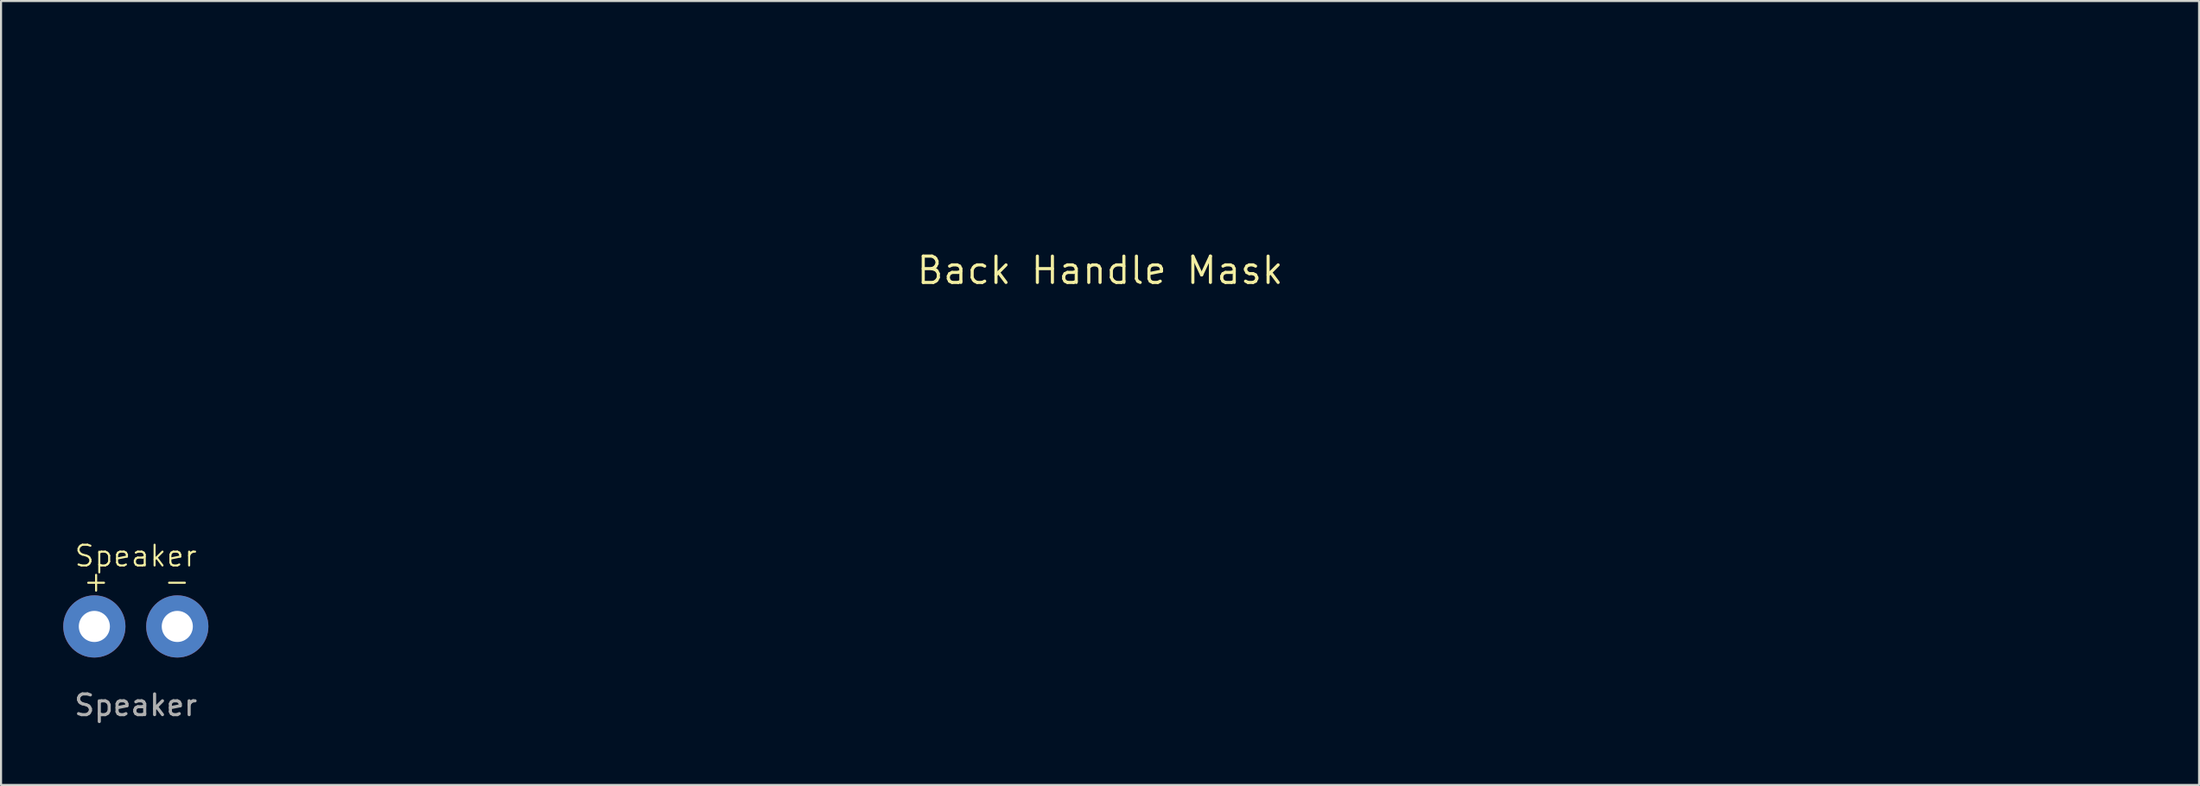
<source format=kicad_pcb>
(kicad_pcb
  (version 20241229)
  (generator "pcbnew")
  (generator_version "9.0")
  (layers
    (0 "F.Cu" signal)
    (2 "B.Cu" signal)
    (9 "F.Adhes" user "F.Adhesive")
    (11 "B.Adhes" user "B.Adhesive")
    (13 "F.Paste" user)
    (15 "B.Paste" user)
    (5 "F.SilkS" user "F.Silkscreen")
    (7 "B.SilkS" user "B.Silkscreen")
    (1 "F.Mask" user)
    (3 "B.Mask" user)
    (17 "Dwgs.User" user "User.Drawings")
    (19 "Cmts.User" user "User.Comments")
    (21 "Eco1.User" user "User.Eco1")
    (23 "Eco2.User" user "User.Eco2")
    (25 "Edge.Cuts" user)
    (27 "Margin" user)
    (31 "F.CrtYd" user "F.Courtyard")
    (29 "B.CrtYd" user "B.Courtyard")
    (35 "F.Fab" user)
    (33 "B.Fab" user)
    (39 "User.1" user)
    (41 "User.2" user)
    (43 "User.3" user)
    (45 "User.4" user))
  (footprint "Speaker"
    (layer "F.Cu")
    (at 3.5 27.173)
    (property "Reference" "Speaker" (at 0 -3.4 0) (unlocked yes) (layer "F.SilkS") (effects (font (size 1 1) (thickness 0.1))))
    (attr through_hole)
    (fp_text user "-" (at 1.3 -1.6 0) (unlocked yes) (layer "F.SilkS") (effects (font (size 1 1) (thickness 0.1)) (justify left bottom)))
    (fp_text user "+" (at -2.6 -1.6 0) (unlocked yes) (layer "F.SilkS") (effects (font (size 1 1) (thickness 0.1)) (justify left bottom)))
    (fp_text user "${REFERENCE}" (at 0 3.8 0) (unlocked yes) (layer "F.Fab") (effects (font (size 1 1) (thickness 0.15))))
    (pad "1" thru_hole circle (at -2 0) (size 3 3) (drill 1.5) (layers "*.Cu" "*.Mask"))
    (pad "2" thru_hole circle (at 2 0) (size 3 3) (drill 1.5) (layers "*.Cu" "*.Mask")))
  (footprint "Back Handle Mask"
    (layer "F.Cu")
    (at 50.001 9.996)
    (property "Reference" "Back Handle Mask" (at 0 0 0) (layer "F.SilkS") (effects (font (size 1.27 1.27) (thickness 0.15))))
    (attr through_hole)
    (fp_poly (pts (xy 49.996 10.012) (xy -49.996 10.012) (xy -49.996 -9.991) (xy 49.996 -9.991) (xy 49.996 10.012)) (stroke (width 0.01) (type solid)) (fill yes) (layer "B.Mask")))
  (gr_rect
    (start -3 -3)
    (end 103.001 34.821)
    (stroke (width 0.1) (type default))
    (fill no)
    (layer "Edge.Cuts")))
</source>
